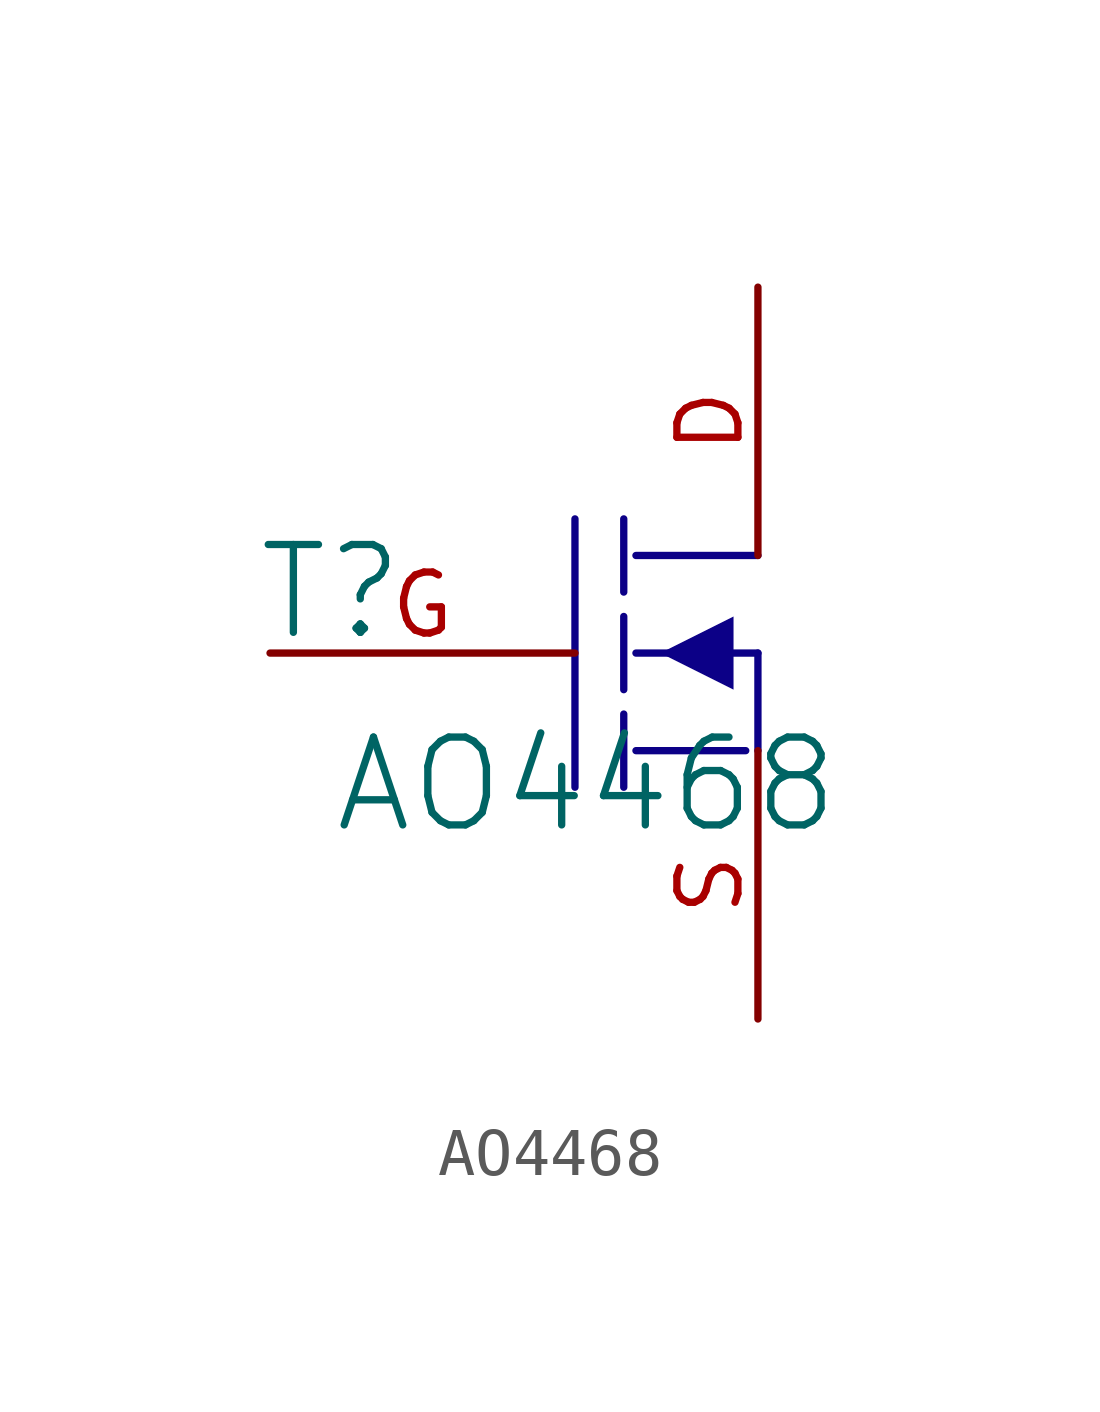
<source format=kicad_sym>
(kicad_symbol_lib
  (version 20241209)
  (generator "kicad_symbol_editor")
  (generator_version "9.0")
  (symbol "AO4468"
    (pin_names
      (hide yes))
    (property "Reference" "T"
      (at -1.27 1.27 0)
      (effects (font (size 1.829 1.829))))
    (property "Value" "AO4468"
      (at -1.27 -3.81 0)
      (effects (font (size 1.829 1.829)) (justify left bottom)))
    (symbol "AO4468_1_0"
      (polyline (pts (xy 3.81 2.794) (xy 3.81 -2.794)) (stroke (width 0) (type solid) (color 12 0 135 1)) (fill (type none)))
      (polyline (pts (xy 4.826 2.794) (xy 4.826 1.27)) (stroke (width 0) (type solid) (color 12 0 135 1)) (fill (type none)))
      (polyline (pts (xy 4.826 0.762) (xy 4.826 -0.762)) (stroke (width 0) (type solid) (color 12 0 135 1)) (fill (type none)))
      (polyline (pts (xy 4.826 -1.27) (xy 4.826 -2.794)) (stroke (width 0) (type solid) (color 12 0 135 1)) (fill (type none)))
      (polyline (pts (xy 5.08 0) (xy 7.62 0)) (stroke (width 0) (type solid) (color 12 0 135 1)) (fill (type none)))
      (polyline (pts (xy 5.08 -2.032) (xy 7.366 -2.032)) (stroke (width 0) (type solid) (color 12 0 135 1)) (fill (type none)))
      (polyline (pts (xy 7.112 0.762) (xy 5.588 0) (xy 7.112 -0.762) (xy 7.112 0.762)) (stroke (width -0.0001) (type solid) (color 12 0 135 1)) (fill (type outline)))
      (polyline (pts (xy 7.62 2.032) (xy 5.08 2.032)) (stroke (width 0) (type solid) (color 12 0 135 1)) (fill (type none)))
      (polyline (pts (xy 7.62 -2.032) (xy 7.62 0)) (stroke (width 0) (type solid) (color 12 0 135 1)) (fill (type none)))
      (pin passive line (at -2.54 0 0) (length 6.35) (name "G" (effects (font (size 1.27 1.27)))) (number "G" (effects (font (size 1.27 1.27)))))
      (pin passive line (at 7.62 7.62 270) (length 5.588) (name "D" (effects (font (size 1.27 1.27)))) (number "D" (effects (font (size 1.27 1.27)))))
      (pin passive line (at 7.62 -7.62 90) (length 5.588) (name "S" (effects (font (size 1.27 1.27)))) (number "S" (effects (font (size 1.27 1.27))))))))
</source>
